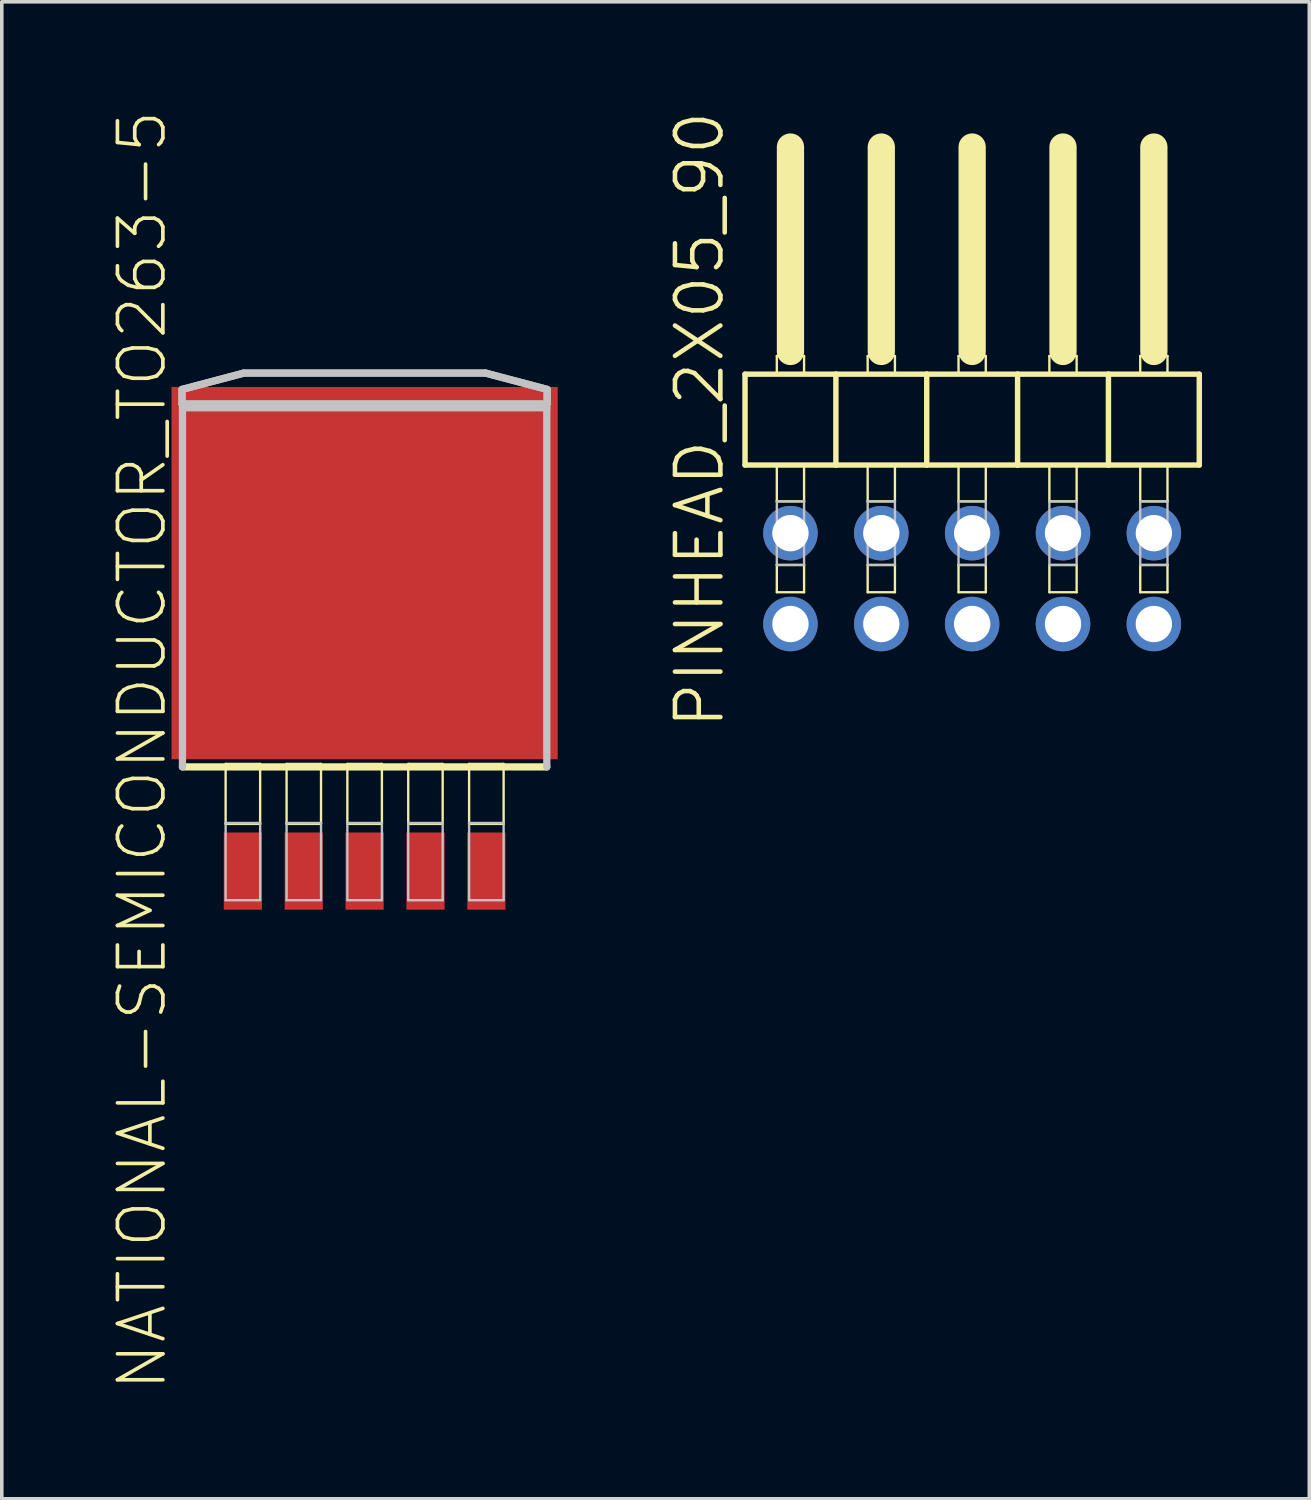
<source format=kicad_pcb>
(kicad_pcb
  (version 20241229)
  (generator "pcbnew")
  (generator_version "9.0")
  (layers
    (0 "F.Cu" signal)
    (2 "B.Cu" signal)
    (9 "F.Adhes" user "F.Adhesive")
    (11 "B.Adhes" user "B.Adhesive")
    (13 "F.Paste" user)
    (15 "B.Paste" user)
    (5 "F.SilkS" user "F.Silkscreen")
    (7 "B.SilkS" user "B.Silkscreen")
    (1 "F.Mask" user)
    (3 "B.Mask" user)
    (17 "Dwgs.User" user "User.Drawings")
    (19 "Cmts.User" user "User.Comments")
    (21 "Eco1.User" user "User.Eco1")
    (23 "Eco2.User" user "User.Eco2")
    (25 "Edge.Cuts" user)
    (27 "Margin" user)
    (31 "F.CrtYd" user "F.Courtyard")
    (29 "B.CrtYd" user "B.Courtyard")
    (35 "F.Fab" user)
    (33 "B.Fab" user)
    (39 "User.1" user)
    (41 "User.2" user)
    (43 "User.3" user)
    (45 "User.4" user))
  (footprint "PINHEAD_2X05_90"
    (layer "F.Cu")
    (at 24.129 8.046)
    (property "Reference" "PINHEAD_2X05_90" (at -7.62 0.635 90) (layer "F.SilkS") (effects (font (size 1.27 1.27) (thickness 0.127))))
    (attr exclude_from_pos_files exclude_from_bom)
    (fp_line (start -6.35 -0.635) (end -6.35 1.905) (stroke (width 0.152) (type solid)) (layer "F.SilkS"))
    (fp_line (start -6.35 1.905) (end -3.81 1.905) (stroke (width 0.152) (type solid)) (layer "F.SilkS"))
    (fp_line (start -5.461 -1.143) (end -4.699 -1.143) (stroke (width 0.066) (type solid)) (layer "F.SilkS"))
    (fp_line (start -5.461 -0.635) (end -5.461 -1.143) (stroke (width 0.066) (type solid)) (layer "F.SilkS"))
    (fp_line (start -5.461 -0.635) (end -4.699 -0.635) (stroke (width 0.066) (type solid)) (layer "F.SilkS"))
    (fp_line (start -5.461 1.905) (end -4.699 1.905) (stroke (width 0.066) (type solid)) (layer "F.SilkS"))
    (fp_line (start -5.461 2.921) (end -5.461 1.905) (stroke (width 0.066) (type solid)) (layer "F.SilkS"))
    (fp_line (start -5.461 2.921) (end -4.699 2.921) (stroke (width 0.066) (type solid)) (layer "F.SilkS"))
    (fp_line (start -5.461 4.699) (end -4.699 4.699) (stroke (width 0.066) (type solid)) (layer "F.SilkS"))
    (fp_line (start -5.461 5.461) (end -5.461 4.699) (stroke (width 0.066) (type solid)) (layer "F.SilkS"))
    (fp_line (start -5.461 5.461) (end -4.699 5.461) (stroke (width 0.066) (type solid)) (layer "F.SilkS"))
    (fp_line (start -5.08 -6.985) (end -5.08 -1.27) (stroke (width 0.762) (type solid)) (layer "F.SilkS"))
    (fp_line (start -4.699 -0.635) (end -4.699 -1.143) (stroke (width 0.066) (type solid)) (layer "F.SilkS"))
    (fp_line (start -4.699 2.921) (end -4.699 1.905) (stroke (width 0.066) (type solid)) (layer "F.SilkS"))
    (fp_line (start -4.699 5.461) (end -4.699 4.699) (stroke (width 0.066) (type solid)) (layer "F.SilkS"))
    (fp_line (start -3.81 -0.635) (end -6.35 -0.635) (stroke (width 0.152) (type solid)) (layer "F.SilkS"))
    (fp_line (start -3.81 1.905) (end -3.81 -0.635) (stroke (width 0.152) (type solid)) (layer "F.SilkS"))
    (fp_line (start -3.81 1.905) (end -1.27 1.905) (stroke (width 0.152) (type solid)) (layer "F.SilkS"))
    (fp_line (start -2.921 -1.143) (end -2.159 -1.143) (stroke (width 0.066) (type solid)) (layer "F.SilkS"))
    (fp_line (start -2.921 -0.635) (end -2.921 -1.143) (stroke (width 0.066) (type solid)) (layer "F.SilkS"))
    (fp_line (start -2.921 -0.635) (end -2.159 -0.635) (stroke (width 0.066) (type solid)) (layer "F.SilkS"))
    (fp_line (start -2.921 1.905) (end -2.159 1.905) (stroke (width 0.066) (type solid)) (layer "F.SilkS"))
    (fp_line (start -2.921 2.921) (end -2.921 1.905) (stroke (width 0.066) (type solid)) (layer "F.SilkS"))
    (fp_line (start -2.921 2.921) (end -2.159 2.921) (stroke (width 0.066) (type solid)) (layer "F.SilkS"))
    (fp_line (start -2.921 4.699) (end -2.159 4.699) (stroke (width 0.066) (type solid)) (layer "F.SilkS"))
    (fp_line (start -2.921 5.461) (end -2.921 4.699) (stroke (width 0.066) (type solid)) (layer "F.SilkS"))
    (fp_line (start -2.921 5.461) (end -2.159 5.461) (stroke (width 0.066) (type solid)) (layer "F.SilkS"))
    (fp_line (start -2.54 -6.985) (end -2.54 -1.27) (stroke (width 0.762) (type solid)) (layer "F.SilkS"))
    (fp_line (start -2.159 -0.635) (end -2.159 -1.143) (stroke (width 0.066) (type solid)) (layer "F.SilkS"))
    (fp_line (start -2.159 2.921) (end -2.159 1.905) (stroke (width 0.066) (type solid)) (layer "F.SilkS"))
    (fp_line (start -2.159 5.461) (end -2.159 4.699) (stroke (width 0.066) (type solid)) (layer "F.SilkS"))
    (fp_line (start -1.27 -0.635) (end -3.81 -0.635) (stroke (width 0.152) (type solid)) (layer "F.SilkS"))
    (fp_line (start -1.27 1.905) (end -1.27 -0.635) (stroke (width 0.152) (type solid)) (layer "F.SilkS"))
    (fp_line (start -1.27 1.905) (end 1.27 1.905) (stroke (width 0.152) (type solid)) (layer "F.SilkS"))
    (fp_line (start -0.381 -1.143) (end 0.381 -1.143) (stroke (width 0.066) (type solid)) (layer "F.SilkS"))
    (fp_line (start -0.381 -0.635) (end -0.381 -1.143) (stroke (width 0.066) (type solid)) (layer "F.SilkS"))
    (fp_line (start -0.381 -0.635) (end 0.381 -0.635) (stroke (width 0.066) (type solid)) (layer "F.SilkS"))
    (fp_line (start -0.381 1.905) (end 0.381 1.905) (stroke (width 0.066) (type solid)) (layer "F.SilkS"))
    (fp_line (start -0.381 2.921) (end -0.381 1.905) (stroke (width 0.066) (type solid)) (layer "F.SilkS"))
    (fp_line (start -0.381 2.921) (end 0.381 2.921) (stroke (width 0.066) (type solid)) (layer "F.SilkS"))
    (fp_line (start -0.381 4.699) (end 0.381 4.699) (stroke (width 0.066) (type solid)) (layer "F.SilkS"))
    (fp_line (start -0.381 5.461) (end -0.381 4.699) (stroke (width 0.066) (type solid)) (layer "F.SilkS"))
    (fp_line (start -0.381 5.461) (end 0.381 5.461) (stroke (width 0.066) (type solid)) (layer "F.SilkS"))
    (fp_line (start 0 -6.985) (end 0 -1.27) (stroke (width 0.762) (type solid)) (layer "F.SilkS"))
    (fp_line (start 0.381 -0.635) (end 0.381 -1.143) (stroke (width 0.066) (type solid)) (layer "F.SilkS"))
    (fp_line (start 0.381 2.921) (end 0.381 1.905) (stroke (width 0.066) (type solid)) (layer "F.SilkS"))
    (fp_line (start 0.381 5.461) (end 0.381 4.699) (stroke (width 0.066) (type solid)) (layer "F.SilkS"))
    (fp_line (start 1.27 -0.635) (end -1.27 -0.635) (stroke (width 0.152) (type solid)) (layer "F.SilkS"))
    (fp_line (start 1.27 1.905) (end 1.27 -0.635) (stroke (width 0.152) (type solid)) (layer "F.SilkS"))
    (fp_line (start 1.27 1.905) (end 3.81 1.905) (stroke (width 0.152) (type solid)) (layer "F.SilkS"))
    (fp_line (start 2.159 -1.143) (end 2.921 -1.143) (stroke (width 0.066) (type solid)) (layer "F.SilkS"))
    (fp_line (start 2.159 -0.635) (end 2.159 -1.143) (stroke (width 0.066) (type solid)) (layer "F.SilkS"))
    (fp_line (start 2.159 -0.635) (end 2.921 -0.635) (stroke (width 0.066) (type solid)) (layer "F.SilkS"))
    (fp_line (start 2.159 1.905) (end 2.921 1.905) (stroke (width 0.066) (type solid)) (layer "F.SilkS"))
    (fp_line (start 2.159 2.921) (end 2.159 1.905) (stroke (width 0.066) (type solid)) (layer "F.SilkS"))
    (fp_line (start 2.159 2.921) (end 2.921 2.921) (stroke (width 0.066) (type solid)) (layer "F.SilkS"))
    (fp_line (start 2.159 4.699) (end 2.921 4.699) (stroke (width 0.066) (type solid)) (layer "F.SilkS"))
    (fp_line (start 2.159 5.461) (end 2.159 4.699) (stroke (width 0.066) (type solid)) (layer "F.SilkS"))
    (fp_line (start 2.159 5.461) (end 2.921 5.461) (stroke (width 0.066) (type solid)) (layer "F.SilkS"))
    (fp_line (start 2.54 -6.985) (end 2.54 -1.27) (stroke (width 0.762) (type solid)) (layer "F.SilkS"))
    (fp_line (start 2.921 -0.635) (end 2.921 -1.143) (stroke (width 0.066) (type solid)) (layer "F.SilkS"))
    (fp_line (start 2.921 2.921) (end 2.921 1.905) (stroke (width 0.066) (type solid)) (layer "F.SilkS"))
    (fp_line (start 2.921 5.461) (end 2.921 4.699) (stroke (width 0.066) (type solid)) (layer "F.SilkS"))
    (fp_line (start 3.81 -0.635) (end 1.27 -0.635) (stroke (width 0.152) (type solid)) (layer "F.SilkS"))
    (fp_line (start 3.81 1.905) (end 3.81 -0.635) (stroke (width 0.152) (type solid)) (layer "F.SilkS"))
    (fp_line (start 3.81 1.905) (end 6.35 1.905) (stroke (width 0.152) (type solid)) (layer "F.SilkS"))
    (fp_line (start 4.699 -1.143) (end 5.461 -1.143) (stroke (width 0.066) (type solid)) (layer "F.SilkS"))
    (fp_line (start 4.699 -0.635) (end 4.699 -1.143) (stroke (width 0.066) (type solid)) (layer "F.SilkS"))
    (fp_line (start 4.699 -0.635) (end 5.461 -0.635) (stroke (width 0.066) (type solid)) (layer "F.SilkS"))
    (fp_line (start 4.699 1.905) (end 5.461 1.905) (stroke (width 0.066) (type solid)) (layer "F.SilkS"))
    (fp_line (start 4.699 2.921) (end 4.699 1.905) (stroke (width 0.066) (type solid)) (layer "F.SilkS"))
    (fp_line (start 4.699 2.921) (end 5.461 2.921) (stroke (width 0.066) (type solid)) (layer "F.SilkS"))
    (fp_line (start 4.699 4.699) (end 5.461 4.699) (stroke (width 0.066) (type solid)) (layer "F.SilkS"))
    (fp_line (start 4.699 5.461) (end 4.699 4.699) (stroke (width 0.066) (type solid)) (layer "F.SilkS"))
    (fp_line (start 4.699 5.461) (end 5.461 5.461) (stroke (width 0.066) (type solid)) (layer "F.SilkS"))
    (fp_line (start 5.08 -6.985) (end 5.08 -1.27) (stroke (width 0.762) (type solid)) (layer "F.SilkS"))
    (fp_line (start 5.461 -0.635) (end 5.461 -1.143) (stroke (width 0.066) (type solid)) (layer "F.SilkS"))
    (fp_line (start 5.461 2.921) (end 5.461 1.905) (stroke (width 0.066) (type solid)) (layer "F.SilkS"))
    (fp_line (start 5.461 5.461) (end 5.461 4.699) (stroke (width 0.066) (type solid)) (layer "F.SilkS"))
    (fp_line (start 6.35 -0.635) (end 3.81 -0.635) (stroke (width 0.152) (type solid)) (layer "F.SilkS"))
    (fp_line (start 6.35 1.905) (end 6.35 -0.635) (stroke (width 0.152) (type solid)) (layer "F.SilkS"))
    (fp_line (start -5.461 2.921) (end -4.699 2.921) (stroke (width 0.066) (type solid)) (layer "Dwgs.User"))
    (fp_line (start -5.461 4.699) (end -5.461 2.921) (stroke (width 0.066) (type solid)) (layer "Dwgs.User"))
    (fp_line (start -5.461 4.699) (end -4.699 4.699) (stroke (width 0.066) (type solid)) (layer "Dwgs.User"))
    (fp_line (start -4.699 4.699) (end -4.699 2.921) (stroke (width 0.066) (type solid)) (layer "Dwgs.User"))
    (fp_line (start -2.921 2.921) (end -2.159 2.921) (stroke (width 0.066) (type solid)) (layer "Dwgs.User"))
    (fp_line (start -2.921 4.699) (end -2.921 2.921) (stroke (width 0.066) (type solid)) (layer "Dwgs.User"))
    (fp_line (start -2.921 4.699) (end -2.159 4.699) (stroke (width 0.066) (type solid)) (layer "Dwgs.User"))
    (fp_line (start -2.159 4.699) (end -2.159 2.921) (stroke (width 0.066) (type solid)) (layer "Dwgs.User"))
    (fp_line (start -0.381 2.921) (end 0.381 2.921) (stroke (width 0.066) (type solid)) (layer "Dwgs.User"))
    (fp_line (start -0.381 4.699) (end -0.381 2.921) (stroke (width 0.066) (type solid)) (layer "Dwgs.User"))
    (fp_line (start -0.381 4.699) (end 0.381 4.699) (stroke (width 0.066) (type solid)) (layer "Dwgs.User"))
    (fp_line (start 0.381 4.699) (end 0.381 2.921) (stroke (width 0.066) (type solid)) (layer "Dwgs.User"))
    (fp_line (start 2.159 2.921) (end 2.921 2.921) (stroke (width 0.066) (type solid)) (layer "Dwgs.User"))
    (fp_line (start 2.159 4.699) (end 2.159 2.921) (stroke (width 0.066) (type solid)) (layer "Dwgs.User"))
    (fp_line (start 2.159 4.699) (end 2.921 4.699) (stroke (width 0.066) (type solid)) (layer "Dwgs.User"))
    (fp_line (start 2.921 4.699) (end 2.921 2.921) (stroke (width 0.066) (type solid)) (layer "Dwgs.User"))
    (fp_line (start 4.699 2.921) (end 5.461 2.921) (stroke (width 0.066) (type solid)) (layer "Dwgs.User"))
    (fp_line (start 4.699 4.699) (end 4.699 2.921) (stroke (width 0.066) (type solid)) (layer "Dwgs.User"))
    (fp_line (start 4.699 4.699) (end 5.461 4.699) (stroke (width 0.066) (type solid)) (layer "Dwgs.User"))
    (fp_line (start 5.461 4.699) (end 5.461 2.921) (stroke (width 0.066) (type solid)) (layer "Dwgs.User"))
    (pad "1" thru_hole circle (at -5.08 6.35) (size 1.524 1.524) (drill 1.016) (layers "*.Cu" "*.Paste" "*.Mask"))
    (pad "2" thru_hole circle (at -5.08 3.81) (size 1.524 1.524) (drill 1.016) (layers "*.Cu" "*.Paste" "*.Mask"))
    (pad "3" thru_hole circle (at -2.54 6.35) (size 1.524 1.524) (drill 1.016) (layers "*.Cu" "*.Paste" "*.Mask"))
    (pad "4" thru_hole circle (at -2.54 3.81) (size 1.524 1.524) (drill 1.016) (layers "*.Cu" "*.Paste" "*.Mask"))
    (pad "5" thru_hole circle (at 0 6.35) (size 1.524 1.524) (drill 1.016) (layers "*.Cu" "*.Paste" "*.Mask"))
    (pad "6" thru_hole circle (at 0 3.81) (size 1.524 1.524) (drill 1.016) (layers "*.Cu" "*.Paste" "*.Mask"))
    (pad "7" thru_hole circle (at 2.54 6.35) (size 1.524 1.524) (drill 1.016) (layers "*.Cu" "*.Paste" "*.Mask"))
    (pad "8" thru_hole circle (at 2.54 3.81) (size 1.524 1.524) (drill 1.016) (layers "*.Cu" "*.Paste" "*.Mask"))
    (pad "9" thru_hole circle (at 5.08 6.35) (size 1.524 1.524) (drill 1.016) (layers "*.Cu" "*.Paste" "*.Mask"))
    (pad "10" thru_hole circle (at 5.08 3.81) (size 1.524 1.524) (drill 1.016) (layers "*.Cu" "*.Paste" "*.Mask")))
  (footprint "NATIONAL-SEMICONDUCTOR_TO263-5"
    (layer "F.Cu")
    (at 7.144 15.513)
    (property "Reference" "NATIONAL-SEMICONDUCTOR_TO263-5" (at -6.223 2.413 90) (layer "F.SilkS") (effects (font (size 1.27 1.27) (thickness 0.102))))
    (attr smd)
    (fp_line (start -3.886 2.794) (end -2.921 2.794) (stroke (width 0.066) (type solid)) (layer "F.SilkS"))
    (fp_line (start -3.886 4.47) (end -3.886 2.794) (stroke (width 0.066) (type solid)) (layer "F.SilkS"))
    (fp_line (start -3.886 4.47) (end -2.921 4.47) (stroke (width 0.066) (type solid)) (layer "F.SilkS"))
    (fp_line (start -2.921 4.47) (end -2.921 2.794) (stroke (width 0.066) (type solid)) (layer "F.SilkS"))
    (fp_line (start -2.182 2.794) (end -1.219 2.794) (stroke (width 0.066) (type solid)) (layer "F.SilkS"))
    (fp_line (start -2.182 4.47) (end -2.182 2.794) (stroke (width 0.066) (type solid)) (layer "F.SilkS"))
    (fp_line (start -2.182 4.47) (end -1.219 4.47) (stroke (width 0.066) (type solid)) (layer "F.SilkS"))
    (fp_line (start -1.219 4.47) (end -1.219 2.794) (stroke (width 0.066) (type solid)) (layer "F.SilkS"))
    (fp_line (start -0.483 2.794) (end 0.483 2.794) (stroke (width 0.066) (type solid)) (layer "F.SilkS"))
    (fp_line (start -0.483 4.47) (end -0.483 2.794) (stroke (width 0.066) (type solid)) (layer "F.SilkS"))
    (fp_line (start -0.483 4.47) (end 0.483 4.47) (stroke (width 0.066) (type solid)) (layer "F.SilkS"))
    (fp_line (start 0.483 4.47) (end 0.483 2.794) (stroke (width 0.066) (type solid)) (layer "F.SilkS"))
    (fp_line (start 1.219 2.794) (end 2.182 2.794) (stroke (width 0.066) (type solid)) (layer "F.SilkS"))
    (fp_line (start 1.219 4.47) (end 1.219 2.794) (stroke (width 0.066) (type solid)) (layer "F.SilkS"))
    (fp_line (start 1.219 4.47) (end 2.182 4.47) (stroke (width 0.066) (type solid)) (layer "F.SilkS"))
    (fp_line (start 2.182 4.47) (end 2.182 2.794) (stroke (width 0.066) (type solid)) (layer "F.SilkS"))
    (fp_line (start 2.921 2.794) (end 3.886 2.794) (stroke (width 0.066) (type solid)) (layer "F.SilkS"))
    (fp_line (start 2.921 4.47) (end 2.921 2.794) (stroke (width 0.066) (type solid)) (layer "F.SilkS"))
    (fp_line (start 2.921 4.47) (end 3.886 4.47) (stroke (width 0.066) (type solid)) (layer "F.SilkS"))
    (fp_line (start 3.886 4.47) (end 3.886 2.794) (stroke (width 0.066) (type solid)) (layer "F.SilkS"))
    (fp_line (start 5.093 2.878) (end -5.093 2.878) (stroke (width 0.203) (type solid)) (layer "F.SilkS"))
    (fp_line (start -5.103 -7.676) (end -3.376 -8.133) (stroke (width 0.203) (type solid)) (layer "Dwgs.User"))
    (fp_line (start -5.103 -7.267) (end -5.103 -7.676) (stroke (width 0.203) (type solid)) (layer "Dwgs.User"))
    (fp_line (start -5.093 -7.163) (end 5.093 -7.163) (stroke (width 0.203) (type solid)) (layer "Dwgs.User"))
    (fp_line (start -5.093 2.878) (end -5.093 -7.163) (stroke (width 0.203) (type solid)) (layer "Dwgs.User"))
    (fp_line (start -3.886 4.445) (end -2.921 4.445) (stroke (width 0.066) (type solid)) (layer "Dwgs.User"))
    (fp_line (start -3.886 6.604) (end -3.886 4.445) (stroke (width 0.066) (type solid)) (layer "Dwgs.User"))
    (fp_line (start -3.886 6.604) (end -2.921 6.604) (stroke (width 0.066) (type solid)) (layer "Dwgs.User"))
    (fp_line (start -3.376 -8.133) (end 3.376 -8.133) (stroke (width 0.203) (type solid)) (layer "Dwgs.User"))
    (fp_line (start -2.921 6.604) (end -2.921 4.445) (stroke (width 0.066) (type solid)) (layer "Dwgs.User"))
    (fp_line (start -2.182 4.445) (end -1.219 4.445) (stroke (width 0.066) (type solid)) (layer "Dwgs.User"))
    (fp_line (start -2.182 6.604) (end -2.182 4.445) (stroke (width 0.066) (type solid)) (layer "Dwgs.User"))
    (fp_line (start -2.182 6.604) (end -1.219 6.604) (stroke (width 0.066) (type solid)) (layer "Dwgs.User"))
    (fp_line (start -1.219 6.604) (end -1.219 4.445) (stroke (width 0.066) (type solid)) (layer "Dwgs.User"))
    (fp_line (start -0.483 4.445) (end 0.483 4.445) (stroke (width 0.066) (type solid)) (layer "Dwgs.User"))
    (fp_line (start -0.483 6.604) (end -0.483 4.445) (stroke (width 0.066) (type solid)) (layer "Dwgs.User"))
    (fp_line (start -0.483 6.604) (end 0.483 6.604) (stroke (width 0.066) (type solid)) (layer "Dwgs.User"))
    (fp_line (start 0.483 6.604) (end 0.483 4.445) (stroke (width 0.066) (type solid)) (layer "Dwgs.User"))
    (fp_line (start 1.219 4.445) (end 2.182 4.445) (stroke (width 0.066) (type solid)) (layer "Dwgs.User"))
    (fp_line (start 1.219 6.604) (end 1.219 4.445) (stroke (width 0.066) (type solid)) (layer "Dwgs.User"))
    (fp_line (start 1.219 6.604) (end 2.182 6.604) (stroke (width 0.066) (type solid)) (layer "Dwgs.User"))
    (fp_line (start 2.182 6.604) (end 2.182 4.445) (stroke (width 0.066) (type solid)) (layer "Dwgs.User"))
    (fp_line (start 2.921 4.445) (end 3.886 4.445) (stroke (width 0.066) (type solid)) (layer "Dwgs.User"))
    (fp_line (start 2.921 6.604) (end 2.921 4.445) (stroke (width 0.066) (type solid)) (layer "Dwgs.User"))
    (fp_line (start 2.921 6.604) (end 3.886 6.604) (stroke (width 0.066) (type solid)) (layer "Dwgs.User"))
    (fp_line (start 3.376 -8.133) (end 5.103 -7.676) (stroke (width 0.203) (type solid)) (layer "Dwgs.User"))
    (fp_line (start 3.886 6.604) (end 3.886 4.445) (stroke (width 0.066) (type solid)) (layer "Dwgs.User"))
    (fp_line (start 5.093 -7.163) (end 5.093 2.878) (stroke (width 0.203) (type solid)) (layer "Dwgs.User"))
    (fp_line (start 5.103 -7.676) (end 5.103 -7.267) (stroke (width 0.203) (type solid)) (layer "Dwgs.User"))
    (fp_line (start 5.103 -7.267) (end -5.103 -7.267) (stroke (width 0.203) (type solid)) (layer "Dwgs.User"))
    (fp_poly (pts (xy -5.105 -7.267) (xy -5.105 -7.676) (xy -3.378 -8.133) (xy 3.378 -8.133) (xy 5.105 -7.676) (xy 5.105 -7.267) (xy -5.105 -7.267)) (stroke (width 0.203) (type solid)) (fill no) (layer "Dwgs.User"))
    (pad "1" smd rect (at -3.404 5.791) (size 1.067 2.159) (layers "F.Cu" "F.Mask" "F.Paste"))
    (pad "2" smd rect (at -1.702 5.791) (size 1.067 2.159) (layers "F.Cu" "F.Mask" "F.Paste"))
    (pad "3" smd rect (at 0 5.791) (size 1.067 2.159) (layers "F.Cu" "F.Mask" "F.Paste"))
    (pad "4" smd rect (at 1.702 5.791) (size 1.067 2.159) (layers "F.Cu" "F.Mask" "F.Paste"))
    (pad "5" smd rect (at 3.404 5.791) (size 1.067 2.159) (layers "F.Cu" "F.Mask" "F.Paste"))
    (pad "6" smd rect (at 0 -2.54) (size 10.798 10.409) (layers "F.Cu" "F.Mask" "F.Paste")))
  (gr_rect
    (start -3 -3)
    (end 33.555 38.853)
    (stroke (width 0.1) (type default))
    (fill no)
    (layer "Edge.Cuts")))
</source>
